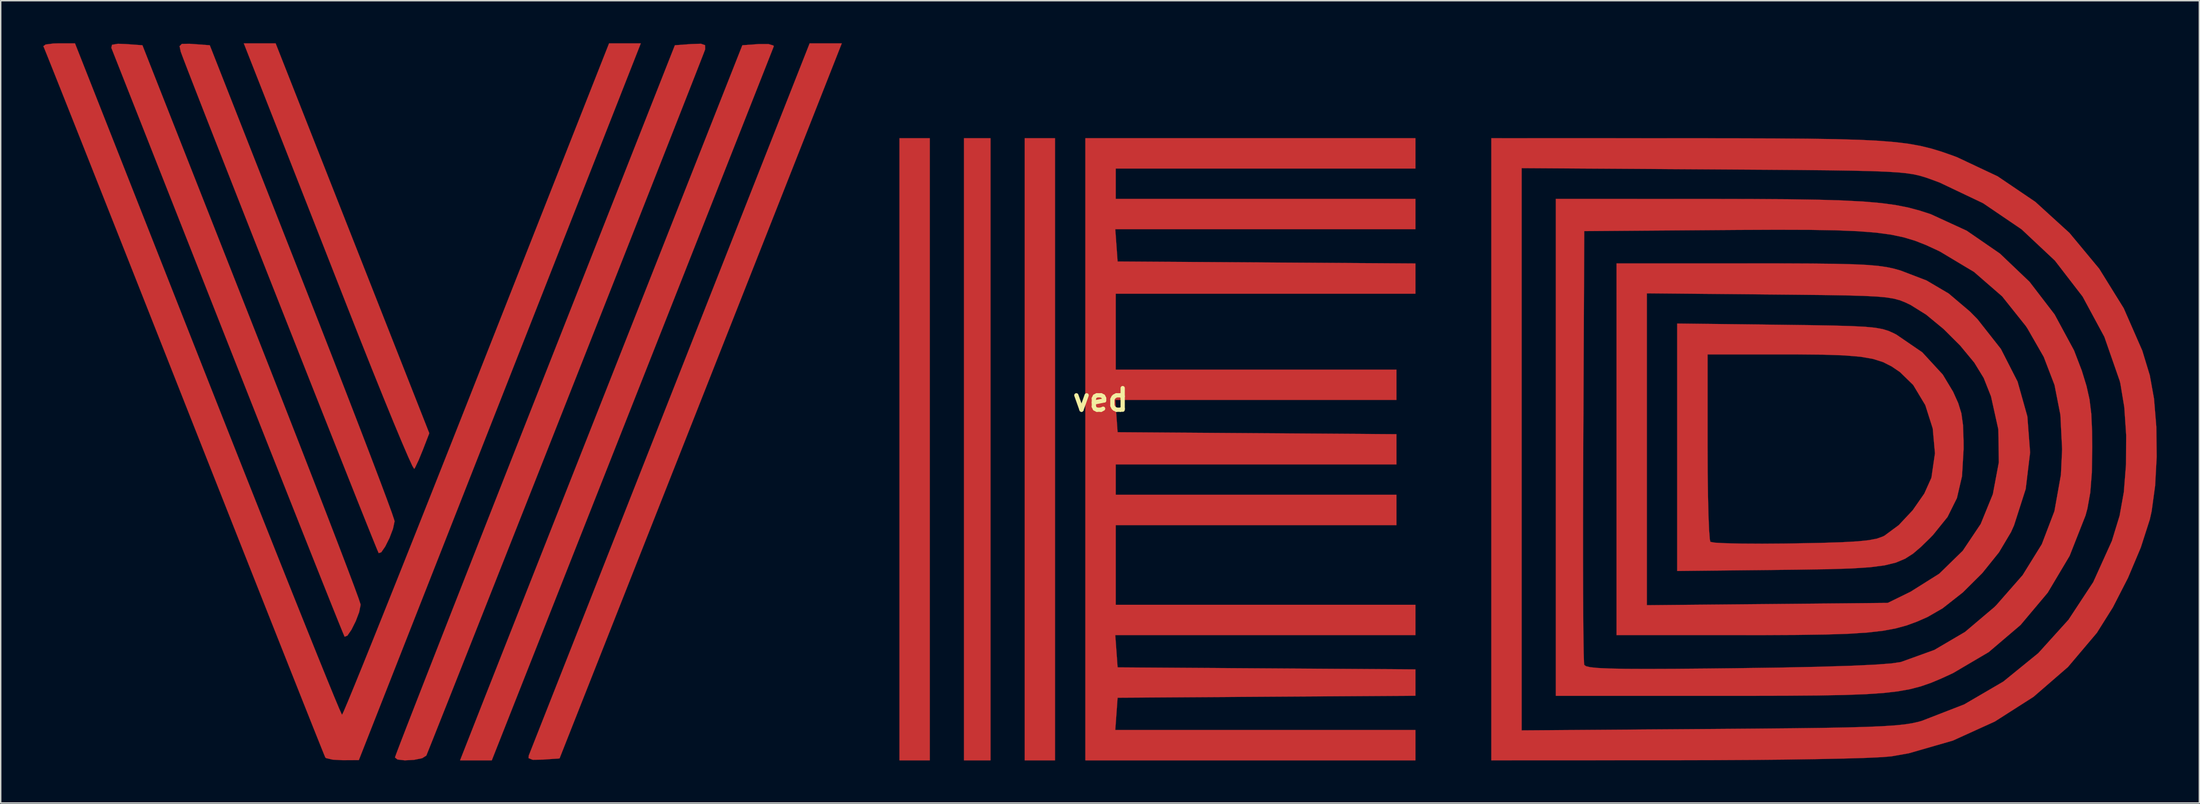
<source format=kicad_pcb>
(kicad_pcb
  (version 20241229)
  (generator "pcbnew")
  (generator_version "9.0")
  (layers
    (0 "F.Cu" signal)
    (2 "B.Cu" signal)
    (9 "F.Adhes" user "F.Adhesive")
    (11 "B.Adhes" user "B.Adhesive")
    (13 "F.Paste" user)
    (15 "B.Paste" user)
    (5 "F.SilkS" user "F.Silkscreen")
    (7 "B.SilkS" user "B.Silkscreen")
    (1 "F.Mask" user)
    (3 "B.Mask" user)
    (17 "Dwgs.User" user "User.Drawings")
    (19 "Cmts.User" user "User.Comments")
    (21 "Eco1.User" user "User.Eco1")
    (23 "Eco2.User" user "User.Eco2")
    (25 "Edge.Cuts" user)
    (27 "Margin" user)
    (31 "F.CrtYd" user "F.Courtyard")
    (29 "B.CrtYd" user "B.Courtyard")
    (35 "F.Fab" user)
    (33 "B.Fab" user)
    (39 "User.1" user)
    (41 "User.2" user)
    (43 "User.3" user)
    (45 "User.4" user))
  (footprint "ved"
    (layer "F.Cu")
    (at 74.509 25.138)
    (property "Reference" "ved" (at 0 0 0) (layer "F.SilkS") (effects (font (size 1.524 1.524) (thickness 0.3))))
    (attr through_hole)
    (fp_poly (pts (xy -12.032 25.4) (xy -14.171 25.4) (xy -14.171 -18.448) (xy -12.032 -18.448) (xy -12.032 25.4)) (stroke (width 0.01) (type solid)) (fill yes) (layer "F.Cu"))
    (fp_poly (pts (xy -7.754 25.4) (xy -9.625 25.4) (xy -9.625 -18.448) (xy -7.754 -18.448) (xy -7.754 25.4)) (stroke (width 0.01) (type solid)) (fill yes) (layer "F.Cu"))
    (fp_poly (pts (xy -3.208 25.4) (xy -5.347 25.4) (xy -5.347 -18.448) (xy -3.208 -18.448) (xy -3.208 25.4)) (stroke (width 0.01) (type solid)) (fill yes) (layer "F.Cu"))
    (fp_poly (pts (xy -47.305 2.348) (xy -47.756 3.513) (xy -48.057 4.246) (xy -48.299 4.754) (xy -48.367 4.861) (xy -48.494 4.657) (xy -48.794 4.004) (xy -49.248 2.949) (xy -49.836 1.54) (xy -50.537 -0.175) (xy -51.332 -2.147) (xy -52.2 -4.327) (xy -53.005 -6.369) (xy -53.986 -8.867) (xy -54.959 -11.347) (xy -55.897 -13.734) (xy -56.77 -15.957) (xy -57.549 -17.943) (xy -58.208 -19.618) (xy -58.716 -20.91) (xy -58.931 -21.456) (xy -60.378 -25.133) (xy -58.134 -25.133) (xy -47.305 2.348)) (stroke (width 0.01) (type solid)) (fill yes) (layer "F.Cu"))
    (fp_poly (pts (xy -23.395 -25.082) (xy -23.046 -24.976) (xy -23.033 -24.909) (xy -23.142 -24.63) (xy -23.435 -23.886) (xy -23.897 -22.713) (xy -24.517 -21.144) (xy -25.279 -19.211) (xy -26.172 -16.95) (xy -27.181 -14.393) (xy -28.295 -11.574) (xy -29.498 -8.527) (xy -30.778 -5.285) (xy -32.122 -1.883) (xy -33.014 0.374) (xy -42.9 25.4) (xy -45.136 25.4) (xy -43.691 21.724) (xy -43.371 20.91) (xy -42.871 19.644) (xy -42.211 17.969) (xy -41.406 15.93) (xy -40.476 13.571) (xy -39.436 10.937) (xy -38.305 8.072) (xy -37.1 5.021) (xy -35.839 1.827) (xy -34.539 -1.464) (xy -33.745 -3.476) (xy -25.244 -24.999) (xy -24.091 -25.083) (xy -23.395 -25.082)) (stroke (width 0.01) (type solid)) (fill yes) (layer "F.Cu"))
    (fp_poly (pts (xy -20.21 -20.119) (xy -20.625 -19.066) (xy -21.217 -17.566) (xy -21.965 -15.669) (xy -22.85 -13.425) (xy -23.853 -10.884) (xy -24.953 -8.098) (xy -26.13 -5.115) (xy -27.365 -1.987) (xy -28.637 1.237) (xy -29.928 4.506) (xy -30.155 5.08) (xy -38.125 25.266) (xy -39.284 25.35) (xy -40.017 25.363) (xy -40.311 25.246) (xy -40.303 25.083) (xy -40.187 24.79) (xy -39.889 24.033) (xy -39.421 22.847) (xy -38.797 21.265) (xy -38.03 19.321) (xy -37.134 17.049) (xy -36.122 14.483) (xy -35.008 11.657) (xy -33.804 8.604) (xy -32.524 5.359) (xy -31.182 1.955) (xy -30.332 -0.201) (xy -20.501 -25.133) (xy -18.235 -25.133) (xy -20.21 -20.119)) (stroke (width 0.01) (type solid)) (fill yes) (layer "F.Cu"))
    (fp_poly (pts (xy -63.896 -25.082) (xy -62.775 -24.999) (xy -56.254 -8.422) (xy -55.141 -5.588) (xy -54.089 -2.895) (xy -53.114 -0.385) (xy -52.231 1.9) (xy -51.457 3.917) (xy -50.808 5.625) (xy -50.3 6.981) (xy -49.948 7.944) (xy -49.771 8.471) (xy -49.751 8.556) (xy -49.864 9.086) (xy -50.109 9.729) (xy -50.41 10.331) (xy -50.69 10.738) (xy -50.871 10.795) (xy -50.872 10.795) (xy -50.996 10.506) (xy -51.296 9.769) (xy -51.753 8.631) (xy -52.348 7.143) (xy -53.06 5.352) (xy -53.872 3.308) (xy -54.763 1.06) (xy -55.715 -1.344) (xy -56.707 -3.854) (xy -57.721 -6.422) (xy -58.738 -8.999) (xy -59.738 -11.535) (xy -60.701 -13.983) (xy -61.609 -16.292) (xy -62.443 -18.415) (xy -63.182 -20.302) (xy -63.807 -21.905) (xy -64.3 -23.173) (xy -64.641 -24.06) (xy -64.811 -24.515) (xy -64.822 -24.548) (xy -64.905 -24.932) (xy -64.745 -25.095) (xy -64.221 -25.104) (xy -63.896 -25.082)) (stroke (width 0.01) (type solid)) (fill yes) (layer "F.Cu"))
    (fp_poly (pts (xy -68.688 -25.083) (xy -67.522 -24.999) (xy -59.83 -5.483) (xy -58.618 -2.405) (xy -57.466 0.534) (xy -56.387 3.295) (xy -55.397 5.84) (xy -54.51 8.129) (xy -53.742 10.125) (xy -53.107 11.789) (xy -52.62 13.081) (xy -52.296 13.965) (xy -52.151 14.4) (xy -52.144 14.436) (xy -52.246 14.953) (xy -52.488 15.591) (xy -52.791 16.196) (xy -53.077 16.613) (xy -53.27 16.689) (xy -53.276 16.68) (xy -53.399 16.393) (xy -53.703 15.646) (xy -54.173 14.477) (xy -54.794 12.923) (xy -55.552 11.02) (xy -56.431 8.807) (xy -57.417 6.321) (xy -58.495 3.6) (xy -59.649 0.681) (xy -60.866 -2.4) (xy -61.51 -4.032) (xy -62.753 -7.182) (xy -63.94 -10.192) (xy -65.058 -13.025) (xy -66.091 -15.642) (xy -67.024 -18.007) (xy -67.842 -20.081) (xy -68.532 -21.827) (xy -69.077 -23.208) (xy -69.463 -24.186) (xy -69.675 -24.723) (xy -69.712 -24.816) (xy -69.668 -25.032) (xy -69.241 -25.105) (xy -68.688 -25.083)) (stroke (width 0.01) (type solid)) (fill yes) (layer "F.Cu"))
    (fp_poly (pts (xy 22.192 -16.309) (xy 1.069 -16.309) (xy 1.069 -14.171) (xy 22.192 -14.171) (xy 22.192 -12.032) (xy 1.039 -12.032) (xy 1.121 -10.895) (xy 1.203 -9.759) (xy 11.697 -9.689) (xy 22.192 -9.619) (xy 22.192 -7.486) (xy 1.069 -7.486) (xy 1.069 -2.139) (xy 20.855 -2.139) (xy 20.855 0) (xy 1.039 0) (xy 1.121 1.136) (xy 1.203 2.273) (xy 11.029 2.343) (xy 20.855 2.413) (xy 20.855 4.545) (xy 1.069 4.545) (xy 1.069 6.684) (xy 20.855 6.684) (xy 20.855 8.823) (xy 1.069 8.823) (xy 1.069 14.438) (xy 22.192 14.438) (xy 22.192 16.577) (xy 1.039 16.577) (xy 1.121 17.713) (xy 1.203 18.849) (xy 11.697 18.919) (xy 22.192 18.989) (xy 22.192 20.849) (xy 11.697 20.918) (xy 1.203 20.988) (xy 1.121 22.125) (xy 1.039 23.261) (xy 22.192 23.261) (xy 22.192 25.4) (xy -1.069 25.4) (xy -1.069 -18.448) (xy 22.192 -18.448) (xy 22.192 -16.309)) (stroke (width 0.01) (type solid)) (fill yes) (layer "F.Cu"))
    (fp_poly (pts (xy -27.868 -25.004) (xy -27.861 -24.728) (xy -27.874 -24.682) (xy -27.982 -24.396) (xy -28.271 -23.654) (xy -28.724 -22.497) (xy -29.326 -20.965) (xy -30.059 -19.099) (xy -30.909 -16.941) (xy -31.858 -14.531) (xy -32.891 -11.91) (xy -33.991 -9.12) (xy -35.143 -6.2) (xy -36.33 -3.192) (xy -37.536 -0.137) (xy -38.745 2.924) (xy -39.94 5.95) (xy -41.107 8.901) (xy -42.227 11.735) (xy -43.286 14.412) (xy -44.267 16.891) (xy -45.154 19.13) (xy -45.93 21.089) (xy -46.581 22.727) (xy -47.088 24.004) (xy -47.438 24.877) (xy -47.514 25.066) (xy -47.809 25.252) (xy -48.383 25.368) (xy -49.03 25.403) (xy -49.545 25.343) (xy -49.726 25.199) (xy -49.629 24.928) (xy -49.349 24.193) (xy -48.899 23.027) (xy -48.291 21.465) (xy -47.54 19.54) (xy -46.657 17.285) (xy -45.658 14.735) (xy -44.553 11.921) (xy -43.357 8.88) (xy -42.083 5.642) (xy -40.744 2.243) (xy -39.859 0) (xy -29.998 -24.999) (xy -28.866 -25.083) (xy -28.163 -25.107) (xy -27.868 -25.004)) (stroke (width 0.01) (type solid)) (fill yes) (layer "F.Cu"))
    (fp_poly (pts (xy 48.071 -9.623) (xy 50.108 -9.614) (xy 51.735 -9.595) (xy 53.015 -9.563) (xy 54.011 -9.517) (xy 54.784 -9.451) (xy 55.399 -9.364) (xy 55.917 -9.254) (xy 56.381 -9.122) (xy 58.209 -8.422) (xy 59.771 -7.502) (xy 61.257 -6.242) (xy 61.798 -5.695) (xy 63.452 -3.594) (xy 64.627 -1.292) (xy 65.316 1.157) (xy 65.51 3.698) (xy 65.2 6.277) (xy 64.378 8.84) (xy 64.165 9.315) (xy 63.317 10.741) (xy 62.14 12.205) (xy 60.77 13.566) (xy 59.349 14.683) (xy 58.286 15.297) (xy 57.534 15.628) (xy 56.797 15.897) (xy 56.012 16.11) (xy 55.113 16.274) (xy 54.037 16.395) (xy 52.719 16.48) (xy 51.095 16.534) (xy 49.099 16.563) (xy 46.667 16.576) (xy 45.172 16.577) (xy 36.362 16.577) (xy 36.362 14.466) (xy 38.501 14.466) (xy 55.479 14.304) (xy 57.083 13.518) (xy 59.105 12.247) (xy 60.761 10.632) (xy 62.028 8.741) (xy 62.884 6.64) (xy 63.305 4.397) (xy 63.27 2.077) (xy 62.754 -0.25) (xy 62.239 -1.548) (xy 61.575 -2.631) (xy 60.583 -3.83) (xy 59.406 -5.003) (xy 58.185 -6.01) (xy 57.083 -6.697) (xy 56.703 -6.878) (xy 56.338 -7.022) (xy 55.923 -7.135) (xy 55.397 -7.222) (xy 54.697 -7.286) (xy 53.759 -7.333) (xy 52.521 -7.367) (xy 50.919 -7.394) (xy 48.892 -7.416) (xy 47.124 -7.433) (xy 38.501 -7.514) (xy 38.501 14.466) (xy 36.362 14.466) (xy 36.362 -9.625) (xy 45.562 -9.625) (xy 48.071 -9.623)) (stroke (width 0.01) (type solid)) (fill yes) (layer "F.Cu"))
    (fp_poly (pts (xy -62.941 -1.471) (xy -61.604 1.914) (xy -60.321 5.154) (xy -59.106 8.215) (xy -57.973 11.063) (xy -56.935 13.664) (xy -56.005 15.984) (xy -55.199 17.988) (xy -54.528 19.642) (xy -54.008 20.912) (xy -53.651 21.764) (xy -53.471 22.164) (xy -53.453 22.191) (xy -53.336 21.948) (xy -53.036 21.241) (xy -52.568 20.105) (xy -51.945 18.574) (xy -51.182 16.682) (xy -50.292 14.463) (xy -49.288 11.951) (xy -48.185 9.181) (xy -46.996 6.186) (xy -45.734 3.001) (xy -44.414 -0.34) (xy -43.968 -1.471) (xy -34.636 -25.133) (xy -32.399 -25.133) (xy -33.793 -21.59) (xy -34.103 -20.8) (xy -34.593 -19.556) (xy -35.243 -17.902) (xy -36.038 -15.882) (xy -36.959 -13.54) (xy -37.99 -10.92) (xy -39.113 -8.064) (xy -40.311 -5.018) (xy -41.567 -1.825) (xy -42.864 1.471) (xy -43.728 3.669) (xy -52.271 25.386) (xy -53.391 25.393) (xy -54.113 25.354) (xy -54.571 25.247) (xy -54.633 25.199) (xy -54.746 24.928) (xy -55.041 24.192) (xy -55.507 23.027) (xy -56.128 21.465) (xy -56.892 19.54) (xy -57.786 17.286) (xy -58.796 14.737) (xy -59.908 11.925) (xy -61.11 8.886) (xy -62.388 5.652) (xy -63.729 2.257) (xy -64.567 0.134) (xy -65.939 -3.342) (xy -67.257 -6.678) (xy -68.506 -9.839) (xy -69.675 -12.793) (xy -70.749 -15.505) (xy -71.714 -17.942) (xy -72.559 -20.071) (xy -73.269 -21.857) (xy -73.831 -23.267) (xy -74.231 -24.268) (xy -74.457 -24.825) (xy -74.504 -24.932) (xy -74.344 -25.052) (xy -73.797 -25.123) (xy -73.451 -25.133) (xy -72.274 -25.133) (xy -62.941 -1.471)) (stroke (width 0.01) (type solid)) (fill yes) (layer "F.Cu"))
    (fp_poly (pts (xy 47.792 -5.3) (xy 49.942 -5.272) (xy 51.628 -5.243) (xy 52.918 -5.206) (xy 53.883 -5.157) (xy 54.592 -5.088) (xy 55.116 -4.994) (xy 55.524 -4.869) (xy 55.886 -4.708) (xy 56.093 -4.601) (xy 57.913 -3.355) (xy 59.357 -1.785) (xy 60.083 -0.578) (xy 60.444 0.222) (xy 60.666 0.94) (xy 60.78 1.755) (xy 60.82 2.845) (xy 60.822 3.476) (xy 60.712 5.374) (xy 60.353 6.918) (xy 59.689 8.252) (xy 58.666 9.519) (xy 58.426 9.765) (xy 57.818 10.357) (xy 57.266 10.829) (xy 56.699 11.193) (xy 56.049 11.466) (xy 55.245 11.662) (xy 54.217 11.794) (xy 52.898 11.879) (xy 51.215 11.931) (xy 49.101 11.964) (xy 47.926 11.977) (xy 40.64 12.056) (xy 40.64 -3.208) (xy 42.779 -3.208) (xy 42.779 3.298) (xy 42.787 5.113) (xy 42.809 6.749) (xy 42.843 8.132) (xy 42.888 9.184) (xy 42.939 9.832) (xy 42.979 10.004) (xy 43.295 10.059) (xy 44.064 10.1) (xy 45.204 10.125) (xy 46.632 10.133) (xy 48.268 10.121) (xy 48.795 10.113) (xy 50.749 10.075) (xy 52.243 10.028) (xy 53.354 9.966) (xy 54.155 9.882) (xy 54.722 9.771) (xy 55.13 9.625) (xy 55.248 9.565) (xy 56.249 8.825) (xy 57.235 7.774) (xy 58.052 6.6) (xy 58.551 5.489) (xy 58.555 5.477) (xy 58.804 3.759) (xy 58.647 2.012) (xy 58.123 0.365) (xy 57.271 -1.052) (xy 56.342 -1.959) (xy 55.752 -2.36) (xy 55.147 -2.666) (xy 54.446 -2.889) (xy 53.567 -3.042) (xy 52.429 -3.138) (xy 50.949 -3.189) (xy 49.047 -3.207) (xy 48.22 -3.208) (xy 42.779 -3.208) (xy 40.64 -3.208) (xy 40.64 -5.386) (xy 47.792 -5.3)) (stroke (width 0.01) (type solid)) (fill yes) (layer "F.Cu"))
    (fp_poly (pts (xy 41.375 -18.444) (xy 44.662 -18.441) (xy 47.464 -18.432) (xy 49.833 -18.413) (xy 51.82 -18.382) (xy 53.475 -18.334) (xy 54.849 -18.265) (xy 55.992 -18.173) (xy 56.956 -18.054) (xy 57.792 -17.903) (xy 58.549 -17.718) (xy 59.279 -17.495) (xy 60.032 -17.231) (xy 60.362 -17.108) (xy 63.222 -15.761) (xy 65.881 -13.96) (xy 68.285 -11.77) (xy 70.379 -9.25) (xy 72.107 -6.464) (xy 73.417 -3.473) (xy 73.945 -1.738) (xy 74.243 -0.088) (xy 74.405 1.887) (xy 74.431 3.996) (xy 74.321 6.045) (xy 74.076 7.844) (xy 73.947 8.422) (xy 73.311 10.402) (xy 72.408 12.543) (xy 71.343 14.619) (xy 70.221 16.406) (xy 70.211 16.42) (xy 68.178 18.823) (xy 65.756 20.921) (xy 63.025 22.666) (xy 60.066 24.01) (xy 56.959 24.905) (xy 55.739 25.12) (xy 55.082 25.176) (xy 53.949 25.228) (xy 52.397 25.275) (xy 50.483 25.315) (xy 48.266 25.349) (xy 45.804 25.374) (xy 43.154 25.389) (xy 40.707 25.395) (xy 27.539 25.4) (xy 27.539 23.289) (xy 29.678 23.289) (xy 42.979 23.191) (xy 46.045 23.167) (xy 48.625 23.142) (xy 50.768 23.115) (xy 52.522 23.083) (xy 53.937 23.044) (xy 55.06 22.997) (xy 55.942 22.94) (xy 56.63 22.872) (xy 57.174 22.789) (xy 57.622 22.69) (xy 57.867 22.622) (xy 60.866 21.458) (xy 63.622 19.849) (xy 66.087 17.844) (xy 68.215 15.491) (xy 69.959 12.839) (xy 71.272 9.937) (xy 71.817 8.155) (xy 72.115 6.493) (xy 72.269 4.533) (xy 72.28 2.473) (xy 72.147 0.51) (xy 71.87 -1.159) (xy 71.826 -1.337) (xy 70.742 -4.448) (xy 69.209 -7.286) (xy 67.256 -9.821) (xy 64.909 -12.024) (xy 62.195 -13.866) (xy 59.142 -15.318) (xy 58.552 -15.538) (xy 58.152 -15.678) (xy 57.766 -15.795) (xy 57.344 -15.892) (xy 56.837 -15.972) (xy 56.197 -16.036) (xy 55.373 -16.087) (xy 54.319 -16.127) (xy 52.983 -16.158) (xy 51.318 -16.184) (xy 49.274 -16.205) (xy 46.802 -16.224) (xy 43.854 -16.244) (xy 43.247 -16.248) (xy 29.678 -16.337) (xy 29.678 23.289) (xy 27.539 23.289) (xy 27.539 -18.448) (xy 41.375 -18.444)) (stroke (width 0.01) (type solid)) (fill yes) (layer "F.Cu"))
    (fp_poly (pts (xy 42.846 -14.169) (xy 45.872 -14.163) (xy 48.421 -14.146) (xy 50.549 -14.113) (xy 52.314 -14.059) (xy 53.773 -13.983) (xy 54.983 -13.878) (xy 56.001 -13.742) (xy 56.885 -13.57) (xy 57.691 -13.358) (xy 58.477 -13.104) (xy 58.512 -13.091) (xy 61.041 -11.929) (xy 63.384 -10.316) (xy 65.472 -8.325) (xy 67.236 -6.026) (xy 68.606 -3.492) (xy 69.154 -2.063) (xy 69.484 -0.987) (xy 69.698 -0.035) (xy 69.821 0.969) (xy 69.877 2.203) (xy 69.889 3.342) (xy 69.86 5.131) (xy 69.751 6.525) (xy 69.548 7.659) (xy 69.417 8.141) (xy 68.294 10.992) (xy 66.751 13.585) (xy 64.835 15.864) (xy 62.593 17.773) (xy 60.072 19.257) (xy 60.024 19.279) (xy 59.238 19.64) (xy 58.517 19.942) (xy 57.805 20.189) (xy 57.046 20.387) (xy 56.183 20.541) (xy 55.16 20.657) (xy 53.921 20.74) (xy 52.409 20.796) (xy 50.568 20.83) (xy 48.343 20.848) (xy 45.675 20.854) (xy 43.659 20.855) (xy 32.084 20.855) (xy 32.084 11.092) (xy 34.004 11.092) (xy 34.009 13.277) (xy 34.018 15.158) (xy 34.031 16.688) (xy 34.049 17.815) (xy 34.07 18.492) (xy 34.088 18.673) (xy 34.206 18.764) (xy 34.513 18.837) (xy 35.055 18.892) (xy 35.875 18.929) (xy 37.02 18.951) (xy 38.534 18.957) (xy 40.463 18.95) (xy 42.851 18.929) (xy 44.718 18.908) (xy 47.889 18.863) (xy 50.585 18.806) (xy 52.795 18.738) (xy 54.507 18.66) (xy 55.708 18.572) (xy 56.387 18.474) (xy 56.407 18.469) (xy 58.763 17.619) (xy 60.926 16.348) (xy 62.989 14.602) (xy 63.129 14.463) (xy 64.982 12.349) (xy 66.334 10.168) (xy 67.223 7.838) (xy 67.681 5.275) (xy 67.765 3.476) (xy 67.644 1.056) (xy 67.229 -1.057) (xy 66.47 -3.033) (xy 65.318 -5.042) (xy 65.201 -5.217) (xy 63.538 -7.301) (xy 61.558 -9.021) (xy 59.178 -10.447) (xy 58.955 -10.557) (xy 58.163 -10.921) (xy 57.395 -11.222) (xy 56.59 -11.463) (xy 55.689 -11.652) (xy 54.631 -11.793) (xy 53.359 -11.892) (xy 51.81 -11.955) (xy 49.928 -11.987) (xy 47.65 -11.994) (xy 44.919 -11.982) (xy 43.848 -11.974) (xy 34.089 -11.898) (xy 34.02 3.208) (xy 34.01 6.008) (xy 34.004 8.652) (xy 34.004 11.092) (xy 32.084 11.092) (xy 32.084 -14.171) (xy 42.846 -14.169)) (stroke (width 0.01) (type solid)) (fill yes) (layer "F.Cu")))
  (gr_rect
    (start -3 -3)
    (end 151.945 53.546)
    (stroke (width 0.1) (type default))
    (fill no)
    (layer "Edge.Cuts")))
</source>
